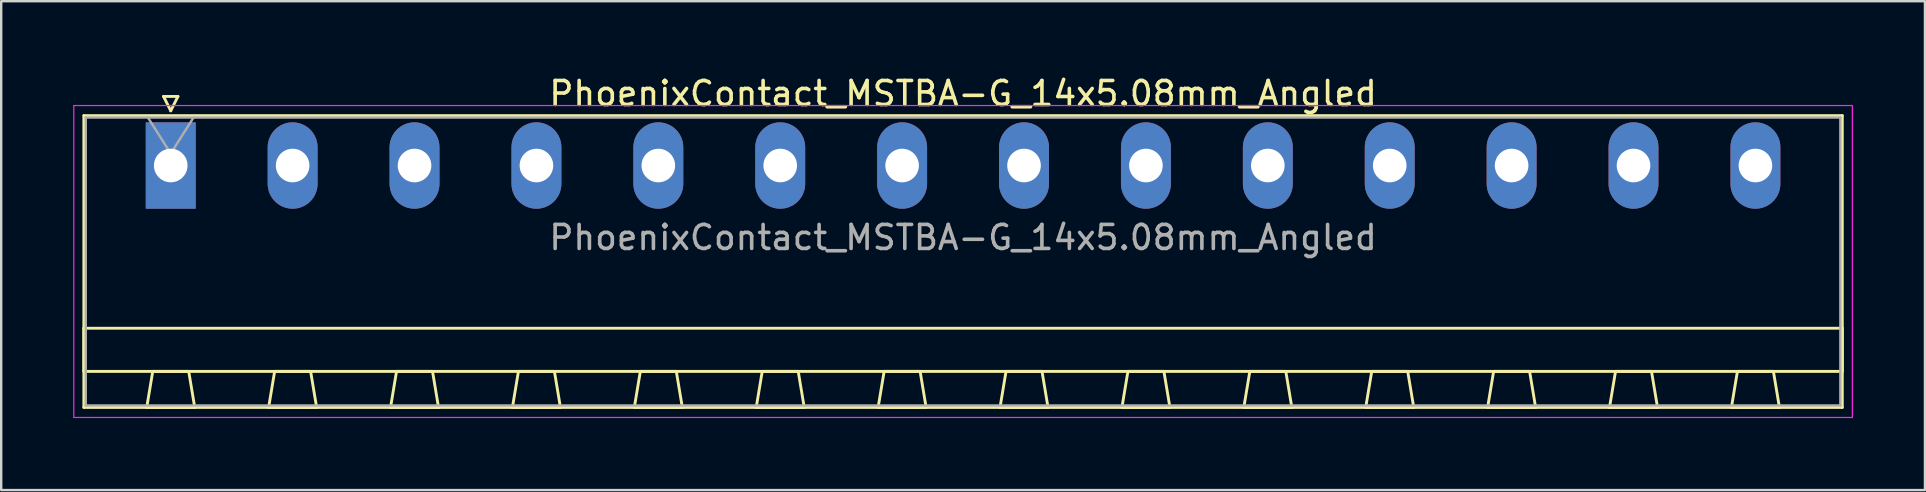
<source format=kicad_pcb>
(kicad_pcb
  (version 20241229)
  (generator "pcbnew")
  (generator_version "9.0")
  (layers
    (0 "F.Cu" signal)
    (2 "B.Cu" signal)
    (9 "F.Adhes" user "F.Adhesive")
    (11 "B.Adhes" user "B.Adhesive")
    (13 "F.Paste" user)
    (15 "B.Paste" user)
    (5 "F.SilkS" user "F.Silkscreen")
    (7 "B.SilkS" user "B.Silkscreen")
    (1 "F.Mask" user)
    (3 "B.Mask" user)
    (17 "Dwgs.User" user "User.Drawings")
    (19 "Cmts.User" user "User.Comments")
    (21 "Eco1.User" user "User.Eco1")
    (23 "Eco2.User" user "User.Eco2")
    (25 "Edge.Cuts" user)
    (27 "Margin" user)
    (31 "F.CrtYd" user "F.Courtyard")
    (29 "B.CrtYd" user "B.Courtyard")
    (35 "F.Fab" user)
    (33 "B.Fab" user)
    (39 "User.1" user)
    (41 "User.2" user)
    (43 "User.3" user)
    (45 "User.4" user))
  (footprint "PhoenixContact_MSTBA-G_14x5.08mm_Angled"
    (layer "F.Cu")
    (at 4.065 3.848)
    (property "Reference" "PhoenixContact_MSTBA-G_14x5.08mm_Angled" (at 33.02 -3 0) (layer "F.SilkS") (effects (font (size 1 1) (thickness 0.15))))
    (attr through_hole)
    (fp_line (start -3.62 -2.08) (end -3.62 10.08) (stroke (width 0.12) (type solid)) (layer "F.SilkS"))
    (fp_line (start -3.62 6.78) (end 69.66 6.78) (stroke (width 0.12) (type solid)) (layer "F.SilkS"))
    (fp_line (start -3.62 8.58) (end -3.62 6.78) (stroke (width 0.12) (type solid)) (layer "F.SilkS"))
    (fp_line (start -3.62 10.08) (end 69.66 10.08) (stroke (width 0.12) (type solid)) (layer "F.SilkS"))
    (fp_line (start -1 10.08) (end 1 10.08) (stroke (width 0.12) (type solid)) (layer "F.SilkS"))
    (fp_line (start -0.75 8.58) (end -1 10.08) (stroke (width 0.12) (type solid)) (layer "F.SilkS"))
    (fp_line (start -0.3 -2.88) (end 0.3 -2.88) (stroke (width 0.12) (type solid)) (layer "F.SilkS"))
    (fp_line (start 0 -2.28) (end -0.3 -2.88) (stroke (width 0.12) (type solid)) (layer "F.SilkS"))
    (fp_line (start 0.3 -2.88) (end 0 -2.28) (stroke (width 0.12) (type solid)) (layer "F.SilkS"))
    (fp_line (start 0.75 8.58) (end -0.75 8.58) (stroke (width 0.12) (type solid)) (layer "F.SilkS"))
    (fp_line (start 1 10.08) (end 0.75 8.58) (stroke (width 0.12) (type solid)) (layer "F.SilkS"))
    (fp_line (start 4.08 10.08) (end 6.08 10.08) (stroke (width 0.12) (type solid)) (layer "F.SilkS"))
    (fp_line (start 4.33 8.58) (end 4.08 10.08) (stroke (width 0.12) (type solid)) (layer "F.SilkS"))
    (fp_line (start 5.83 8.58) (end 4.33 8.58) (stroke (width 0.12) (type solid)) (layer "F.SilkS"))
    (fp_line (start 6.08 10.08) (end 5.83 8.58) (stroke (width 0.12) (type solid)) (layer "F.SilkS"))
    (fp_line (start 9.16 10.08) (end 11.16 10.08) (stroke (width 0.12) (type solid)) (layer "F.SilkS"))
    (fp_line (start 9.41 8.58) (end 9.16 10.08) (stroke (width 0.12) (type solid)) (layer "F.SilkS"))
    (fp_line (start 10.91 8.58) (end 9.41 8.58) (stroke (width 0.12) (type solid)) (layer "F.SilkS"))
    (fp_line (start 11.16 10.08) (end 10.91 8.58) (stroke (width 0.12) (type solid)) (layer "F.SilkS"))
    (fp_line (start 14.24 10.08) (end 16.24 10.08) (stroke (width 0.12) (type solid)) (layer "F.SilkS"))
    (fp_line (start 14.49 8.58) (end 14.24 10.08) (stroke (width 0.12) (type solid)) (layer "F.SilkS"))
    (fp_line (start 15.99 8.58) (end 14.49 8.58) (stroke (width 0.12) (type solid)) (layer "F.SilkS"))
    (fp_line (start 16.24 10.08) (end 15.99 8.58) (stroke (width 0.12) (type solid)) (layer "F.SilkS"))
    (fp_line (start 19.32 10.08) (end 21.32 10.08) (stroke (width 0.12) (type solid)) (layer "F.SilkS"))
    (fp_line (start 19.57 8.58) (end 19.32 10.08) (stroke (width 0.12) (type solid)) (layer "F.SilkS"))
    (fp_line (start 21.07 8.58) (end 19.57 8.58) (stroke (width 0.12) (type solid)) (layer "F.SilkS"))
    (fp_line (start 21.32 10.08) (end 21.07 8.58) (stroke (width 0.12) (type solid)) (layer "F.SilkS"))
    (fp_line (start 24.4 10.08) (end 26.4 10.08) (stroke (width 0.12) (type solid)) (layer "F.SilkS"))
    (fp_line (start 24.65 8.58) (end 24.4 10.08) (stroke (width 0.12) (type solid)) (layer "F.SilkS"))
    (fp_line (start 26.15 8.58) (end 24.65 8.58) (stroke (width 0.12) (type solid)) (layer "F.SilkS"))
    (fp_line (start 26.4 10.08) (end 26.15 8.58) (stroke (width 0.12) (type solid)) (layer "F.SilkS"))
    (fp_line (start 29.48 10.08) (end 31.48 10.08) (stroke (width 0.12) (type solid)) (layer "F.SilkS"))
    (fp_line (start 29.73 8.58) (end 29.48 10.08) (stroke (width 0.12) (type solid)) (layer "F.SilkS"))
    (fp_line (start 31.23 8.58) (end 29.73 8.58) (stroke (width 0.12) (type solid)) (layer "F.SilkS"))
    (fp_line (start 31.48 10.08) (end 31.23 8.58) (stroke (width 0.12) (type solid)) (layer "F.SilkS"))
    (fp_line (start 34.56 10.08) (end 36.56 10.08) (stroke (width 0.12) (type solid)) (layer "F.SilkS"))
    (fp_line (start 34.81 8.58) (end 34.56 10.08) (stroke (width 0.12) (type solid)) (layer "F.SilkS"))
    (fp_line (start 36.31 8.58) (end 34.81 8.58) (stroke (width 0.12) (type solid)) (layer "F.SilkS"))
    (fp_line (start 36.56 10.08) (end 36.31 8.58) (stroke (width 0.12) (type solid)) (layer "F.SilkS"))
    (fp_line (start 39.64 10.08) (end 41.64 10.08) (stroke (width 0.12) (type solid)) (layer "F.SilkS"))
    (fp_line (start 39.89 8.58) (end 39.64 10.08) (stroke (width 0.12) (type solid)) (layer "F.SilkS"))
    (fp_line (start 41.39 8.58) (end 39.89 8.58) (stroke (width 0.12) (type solid)) (layer "F.SilkS"))
    (fp_line (start 41.64 10.08) (end 41.39 8.58) (stroke (width 0.12) (type solid)) (layer "F.SilkS"))
    (fp_line (start 44.72 10.08) (end 46.72 10.08) (stroke (width 0.12) (type solid)) (layer "F.SilkS"))
    (fp_line (start 44.97 8.58) (end 44.72 10.08) (stroke (width 0.12) (type solid)) (layer "F.SilkS"))
    (fp_line (start 46.47 8.58) (end 44.97 8.58) (stroke (width 0.12) (type solid)) (layer "F.SilkS"))
    (fp_line (start 46.72 10.08) (end 46.47 8.58) (stroke (width 0.12) (type solid)) (layer "F.SilkS"))
    (fp_line (start 49.8 10.08) (end 51.8 10.08) (stroke (width 0.12) (type solid)) (layer "F.SilkS"))
    (fp_line (start 50.05 8.58) (end 49.8 10.08) (stroke (width 0.12) (type solid)) (layer "F.SilkS"))
    (fp_line (start 51.55 8.58) (end 50.05 8.58) (stroke (width 0.12) (type solid)) (layer "F.SilkS"))
    (fp_line (start 51.8 10.08) (end 51.55 8.58) (stroke (width 0.12) (type solid)) (layer "F.SilkS"))
    (fp_line (start 54.88 10.08) (end 56.88 10.08) (stroke (width 0.12) (type solid)) (layer "F.SilkS"))
    (fp_line (start 55.13 8.58) (end 54.88 10.08) (stroke (width 0.12) (type solid)) (layer "F.SilkS"))
    (fp_line (start 56.63 8.58) (end 55.13 8.58) (stroke (width 0.12) (type solid)) (layer "F.SilkS"))
    (fp_line (start 56.88 10.08) (end 56.63 8.58) (stroke (width 0.12) (type solid)) (layer "F.SilkS"))
    (fp_line (start 59.96 10.08) (end 61.96 10.08) (stroke (width 0.12) (type solid)) (layer "F.SilkS"))
    (fp_line (start 60.21 8.58) (end 59.96 10.08) (stroke (width 0.12) (type solid)) (layer "F.SilkS"))
    (fp_line (start 61.71 8.58) (end 60.21 8.58) (stroke (width 0.12) (type solid)) (layer "F.SilkS"))
    (fp_line (start 61.96 10.08) (end 61.71 8.58) (stroke (width 0.12) (type solid)) (layer "F.SilkS"))
    (fp_line (start 65.04 10.08) (end 67.04 10.08) (stroke (width 0.12) (type solid)) (layer "F.SilkS"))
    (fp_line (start 65.29 8.58) (end 65.04 10.08) (stroke (width 0.12) (type solid)) (layer "F.SilkS"))
    (fp_line (start 66.79 8.58) (end 65.29 8.58) (stroke (width 0.12) (type solid)) (layer "F.SilkS"))
    (fp_line (start 67.04 10.08) (end 66.79 8.58) (stroke (width 0.12) (type solid)) (layer "F.SilkS"))
    (fp_line (start 69.66 -2.08) (end -3.62 -2.08) (stroke (width 0.12) (type solid)) (layer "F.SilkS"))
    (fp_line (start 69.66 6.78) (end 69.66 8.58) (stroke (width 0.12) (type solid)) (layer "F.SilkS"))
    (fp_line (start 69.66 8.58) (end -3.62 8.58) (stroke (width 0.12) (type solid)) (layer "F.SilkS"))
    (fp_line (start 69.66 10.08) (end 69.66 -2.08) (stroke (width 0.12) (type solid)) (layer "F.SilkS"))
    (fp_line (start -4.04 -2.5) (end -4.04 10.5) (stroke (width 0.05) (type solid)) (layer "F.CrtYd"))
    (fp_line (start -4.04 10.5) (end 70.08 10.5) (stroke (width 0.05) (type solid)) (layer "F.CrtYd"))
    (fp_line (start 70.08 -2.5) (end -4.04 -2.5) (stroke (width 0.05) (type solid)) (layer "F.CrtYd"))
    (fp_line (start 70.08 10.5) (end 70.08 -2.5) (stroke (width 0.05) (type solid)) (layer "F.CrtYd"))
    (fp_line (start -3.54 -2) (end -3.54 10) (stroke (width 0.1) (type solid)) (layer "F.Fab"))
    (fp_line (start -3.54 10) (end 69.58 10) (stroke (width 0.1) (type solid)) (layer "F.Fab"))
    (fp_line (start 0 -0.5) (end -0.95 -2) (stroke (width 0.1) (type solid)) (layer "F.Fab"))
    (fp_line (start 0.95 -2) (end 0 -0.5) (stroke (width 0.1) (type solid)) (layer "F.Fab"))
    (fp_line (start 69.58 -2) (end -3.54 -2) (stroke (width 0.1) (type solid)) (layer "F.Fab"))
    (fp_line (start 69.58 10) (end 69.58 -2) (stroke (width 0.1) (type solid)) (layer "F.Fab"))
    (fp_text user "${REFERENCE}" (at 33.02 3 0) (layer "F.Fab") (effects (font (size 1 1) (thickness 0.15))))
    (pad "1" thru_hole rect (at 0 0) (size 2.08 3.6) (drill 1.4) (layers "*.Cu" "*.Mask"))
    (pad "2" thru_hole oval (at 5.08 0) (size 2.08 3.6) (drill 1.4) (layers "*.Cu" "*.Mask"))
    (pad "3" thru_hole oval (at 10.16 0) (size 2.08 3.6) (drill 1.4) (layers "*.Cu" "*.Mask"))
    (pad "4" thru_hole oval (at 15.24 0) (size 2.08 3.6) (drill 1.4) (layers "*.Cu" "*.Mask"))
    (pad "5" thru_hole oval (at 20.32 0) (size 2.08 3.6) (drill 1.4) (layers "*.Cu" "*.Mask"))
    (pad "6" thru_hole oval (at 25.4 0) (size 2.08 3.6) (drill 1.4) (layers "*.Cu" "*.Mask"))
    (pad "7" thru_hole oval (at 30.48 0) (size 2.08 3.6) (drill 1.4) (layers "*.Cu" "*.Mask"))
    (pad "8" thru_hole oval (at 35.56 0) (size 2.08 3.6) (drill 1.4) (layers "*.Cu" "*.Mask"))
    (pad "9" thru_hole oval (at 40.64 0) (size 2.08 3.6) (drill 1.4) (layers "*.Cu" "*.Mask"))
    (pad "10" thru_hole oval (at 45.72 0) (size 2.08 3.6) (drill 1.4) (layers "*.Cu" "*.Mask"))
    (pad "11" thru_hole oval (at 50.8 0) (size 2.08 3.6) (drill 1.4) (layers "*.Cu" "*.Mask"))
    (pad "12" thru_hole oval (at 55.88 0) (size 2.08 3.6) (drill 1.4) (layers "*.Cu" "*.Mask"))
    (pad "13" thru_hole oval (at 60.96 0) (size 2.08 3.6) (drill 1.4) (layers "*.Cu" "*.Mask"))
    (pad "14" thru_hole oval (at 66.04 0) (size 2.08 3.6) (drill 1.4) (layers "*.Cu" "*.Mask")))
  (gr_rect
    (start -3 -3)
    (end 77.17 17.373)
    (stroke (width 0.1) (type default))
    (fill no)
    (layer "Edge.Cuts")))
</source>
